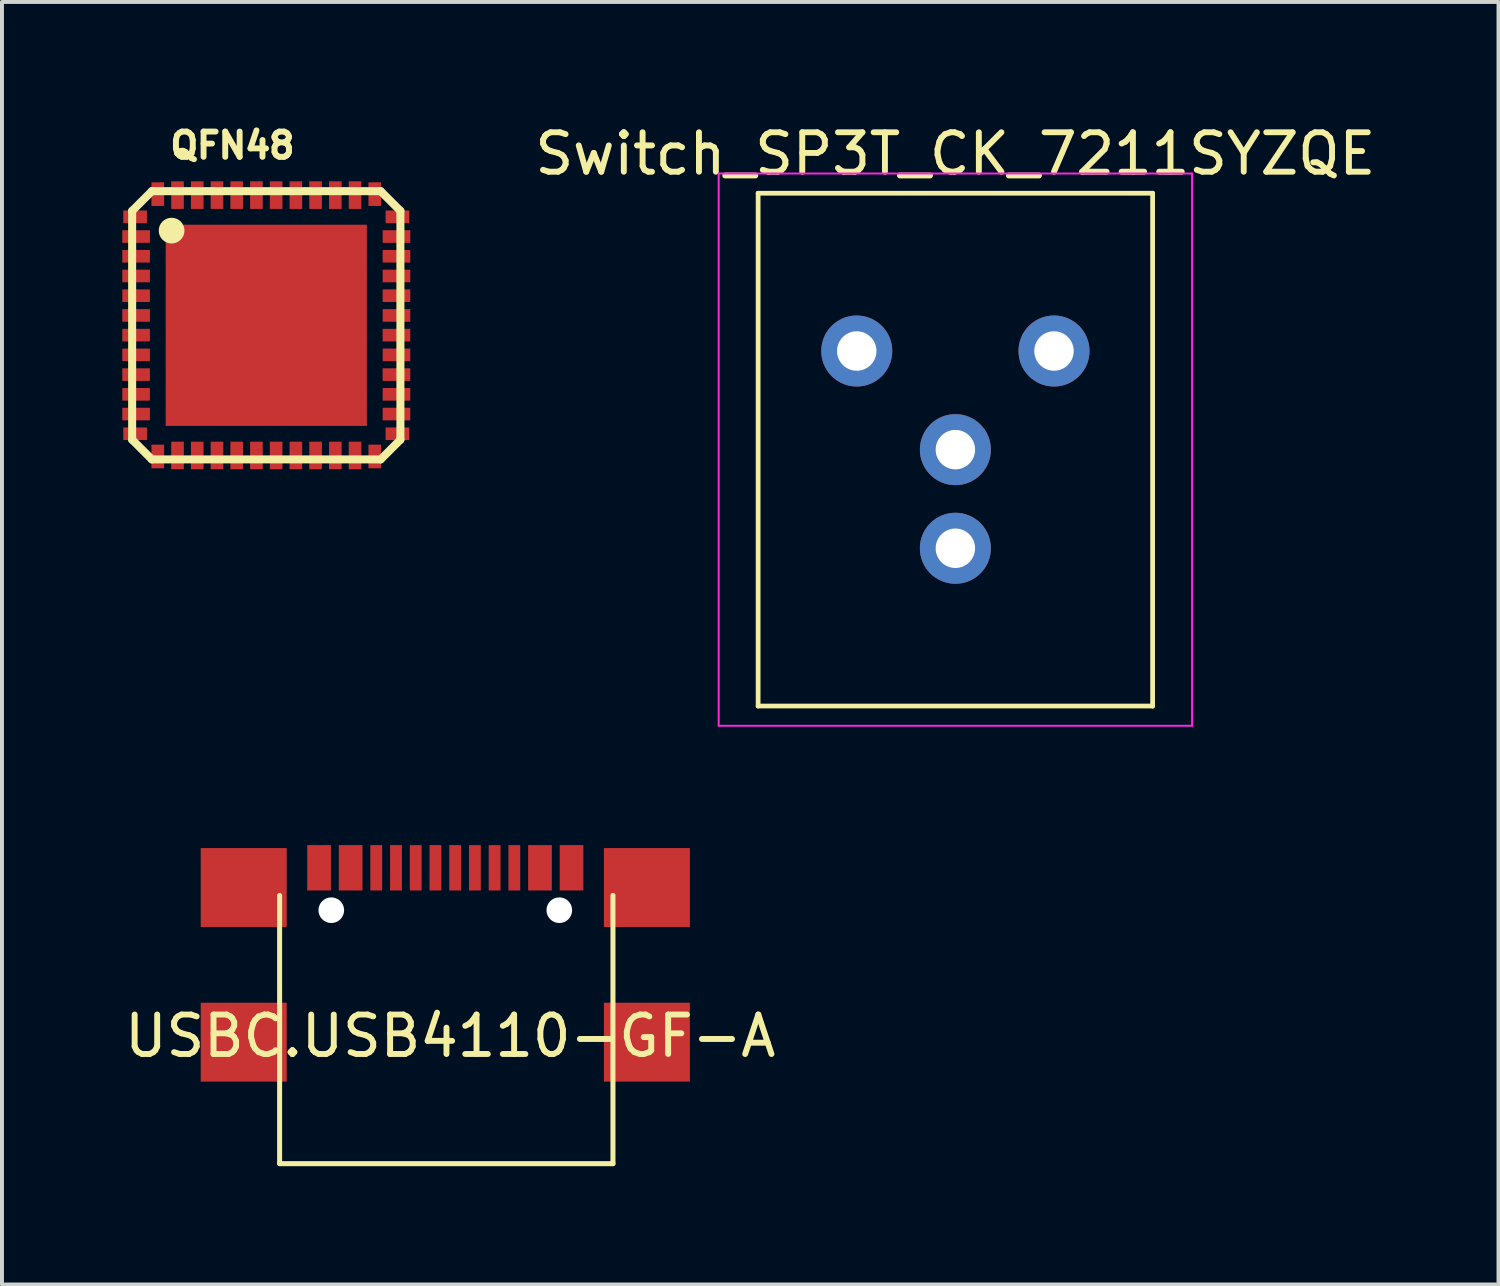
<source format=kicad_pcb>
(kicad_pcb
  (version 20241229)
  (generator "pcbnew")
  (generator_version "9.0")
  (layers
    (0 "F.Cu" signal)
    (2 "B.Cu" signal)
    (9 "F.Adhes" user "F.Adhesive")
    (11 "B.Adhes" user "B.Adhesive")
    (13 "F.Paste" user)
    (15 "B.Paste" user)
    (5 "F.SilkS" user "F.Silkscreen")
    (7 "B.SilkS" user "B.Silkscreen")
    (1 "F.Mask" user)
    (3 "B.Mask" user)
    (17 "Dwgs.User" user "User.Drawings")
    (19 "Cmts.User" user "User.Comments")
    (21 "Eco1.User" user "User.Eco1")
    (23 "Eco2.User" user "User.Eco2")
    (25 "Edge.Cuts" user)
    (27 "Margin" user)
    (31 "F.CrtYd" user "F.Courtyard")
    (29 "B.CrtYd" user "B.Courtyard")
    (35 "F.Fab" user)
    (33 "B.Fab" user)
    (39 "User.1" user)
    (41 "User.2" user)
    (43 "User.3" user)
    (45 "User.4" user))
  (footprint "Switch_SP3T_CK_7211SYZQE"
    (layer "F.Cu")
    (at 21.168 8.348)
    (property "Reference" "Switch_SP3T_CK_7211SYZQE" (at 0 -7.5 0) (layer "F.SilkS") (effects (font (size 1 1) (thickness 0.15))))
    (attr through_hole)
    (fp_line (start -5 -6.5) (end 5 -6.5) (stroke (width 0.12) (type solid)) (layer "F.SilkS"))
    (fp_line (start -5 6.5) (end -5 -6.5) (stroke (width 0.12) (type solid)) (layer "F.SilkS"))
    (fp_line (start 5 -6.5) (end 5 6.5) (stroke (width 0.12) (type solid)) (layer "F.SilkS"))
    (fp_line (start 5 6.5) (end -5 6.5) (stroke (width 0.12) (type solid)) (layer "F.SilkS"))
    (fp_line (start -6 -7) (end 6 -7) (stroke (width 0.05) (type solid)) (layer "F.CrtYd"))
    (fp_line (start -6 7) (end -6 -7) (stroke (width 0.05) (type solid)) (layer "F.CrtYd"))
    (fp_line (start 6 -7) (end 6 7) (stroke (width 0.05) (type solid)) (layer "F.CrtYd"))
    (fp_line (start 6 7) (end -6 7) (stroke (width 0.05) (type solid)) (layer "F.CrtYd"))
    (pad "1" thru_hole circle (at -2.5 -2.5) (size 1.8 1.8) (drill 1) (layers "*.Cu" "*.Mask"))
    (pad "2" thru_hole circle (at 0 0) (size 1.8 1.8) (drill 1) (layers "*.Cu" "*.Mask"))
    (pad "3" thru_hole circle (at 2.5 -2.5) (size 1.8 1.8) (drill 1) (layers "*.Cu" "*.Mask"))
    (pad "4" thru_hole circle (at 0 2.5) (size 1.8 1.8) (drill 1) (layers "*.Cu" "*.Mask")))
  (footprint "QFN48"
    (layer "F.Cu")
    (at 3.7 5.196)
    (property "Reference" "QFN48" (at -0.858 -4.559 0) (layer "F.SilkS") (effects (font (size 0.64 0.64) (thickness 0.15))))
    (attr smd)
    (fp_line (start -3.5 -2.25) (end -3.1 -2.25) (stroke (width 0.4) (type solid)) (layer "F.Mask"))
    (fp_line (start -3.5 -1.75) (end -3.1 -1.75) (stroke (width 0.4) (type solid)) (layer "F.Mask"))
    (fp_line (start -3.5 -1.25) (end -3.1 -1.25) (stroke (width 0.4) (type solid)) (layer "F.Mask"))
    (fp_line (start -3.5 -0.75) (end -3.1 -0.75) (stroke (width 0.4) (type solid)) (layer "F.Mask"))
    (fp_line (start -3.5 -0.25) (end -3.1 -0.25) (stroke (width 0.4) (type solid)) (layer "F.Mask"))
    (fp_line (start -3.5 0.25) (end -3.1 0.25) (stroke (width 0.4) (type solid)) (layer "F.Mask"))
    (fp_line (start -3.5 0.75) (end -3.1 0.75) (stroke (width 0.4) (type solid)) (layer "F.Mask"))
    (fp_line (start -3.5 1.25) (end -3.1 1.25) (stroke (width 0.4) (type solid)) (layer "F.Mask"))
    (fp_line (start -3.5 1.75) (end -3.1 1.75) (stroke (width 0.4) (type solid)) (layer "F.Mask"))
    (fp_line (start -3.5 2.25) (end -3.1 2.25) (stroke (width 0.4) (type solid)) (layer "F.Mask"))
    (fp_line (start -3.475 -2.75) (end -3.175 -2.75) (stroke (width 0.4) (type solid)) (layer "F.Mask"))
    (fp_line (start -3.475 2.75) (end -3.175 2.75) (stroke (width 0.4) (type solid)) (layer "F.Mask"))
    (fp_line (start -2.75 -3.475) (end -2.75 -3.175) (stroke (width 0.4) (type solid)) (layer "F.Mask"))
    (fp_line (start -2.75 3.475) (end -2.75 3.175) (stroke (width 0.4) (type solid)) (layer "F.Mask"))
    (fp_line (start -2.25 -3.5) (end -2.25 -3.1) (stroke (width 0.4) (type solid)) (layer "F.Mask"))
    (fp_line (start -2.25 3.5) (end -2.25 3.1) (stroke (width 0.4) (type solid)) (layer "F.Mask"))
    (fp_line (start -1.75 -3.5) (end -1.75 -3.1) (stroke (width 0.4) (type solid)) (layer "F.Mask"))
    (fp_line (start -1.75 3.5) (end -1.75 3.1) (stroke (width 0.4) (type solid)) (layer "F.Mask"))
    (fp_line (start -1.25 -3.5) (end -1.25 -3.1) (stroke (width 0.4) (type solid)) (layer "F.Mask"))
    (fp_line (start -1.25 3.5) (end -1.25 3.1) (stroke (width 0.4) (type solid)) (layer "F.Mask"))
    (fp_line (start -0.75 -3.5) (end -0.75 -3.1) (stroke (width 0.4) (type solid)) (layer "F.Mask"))
    (fp_line (start -0.75 3.5) (end -0.75 3.1) (stroke (width 0.4) (type solid)) (layer "F.Mask"))
    (fp_line (start -0.25 -3.5) (end -0.25 -3.1) (stroke (width 0.4) (type solid)) (layer "F.Mask"))
    (fp_line (start -0.25 3.5) (end -0.25 3.1) (stroke (width 0.4) (type solid)) (layer "F.Mask"))
    (fp_line (start 0.25 -3.5) (end 0.25 -3.1) (stroke (width 0.4) (type solid)) (layer "F.Mask"))
    (fp_line (start 0.25 3.5) (end 0.25 3.1) (stroke (width 0.4) (type solid)) (layer "F.Mask"))
    (fp_line (start 0.75 -3.5) (end 0.75 -3.1) (stroke (width 0.4) (type solid)) (layer "F.Mask"))
    (fp_line (start 0.75 3.5) (end 0.75 3.1) (stroke (width 0.4) (type solid)) (layer "F.Mask"))
    (fp_line (start 1.25 -3.5) (end 1.25 -3.1) (stroke (width 0.4) (type solid)) (layer "F.Mask"))
    (fp_line (start 1.25 3.5) (end 1.25 3.1) (stroke (width 0.4) (type solid)) (layer "F.Mask"))
    (fp_line (start 1.75 -3.5) (end 1.75 -3.1) (stroke (width 0.4) (type solid)) (layer "F.Mask"))
    (fp_line (start 1.75 3.5) (end 1.75 3.1) (stroke (width 0.4) (type solid)) (layer "F.Mask"))
    (fp_line (start 2.25 -3.5) (end 2.25 -3.1) (stroke (width 0.4) (type solid)) (layer "F.Mask"))
    (fp_line (start 2.25 3.5) (end 2.25 3.1) (stroke (width 0.4) (type solid)) (layer "F.Mask"))
    (fp_line (start 2.75 -3.475) (end 2.75 -3.175) (stroke (width 0.4) (type solid)) (layer "F.Mask"))
    (fp_line (start 2.75 3.475) (end 2.75 3.175) (stroke (width 0.4) (type solid)) (layer "F.Mask"))
    (fp_line (start 3.475 -2.75) (end 3.175 -2.75) (stroke (width 0.4) (type solid)) (layer "F.Mask"))
    (fp_line (start 3.475 2.75) (end 3.175 2.75) (stroke (width 0.4) (type solid)) (layer "F.Mask"))
    (fp_line (start 3.5 -2.25) (end 3.1 -2.25) (stroke (width 0.4) (type solid)) (layer "F.Mask"))
    (fp_line (start 3.5 -1.75) (end 3.1 -1.75) (stroke (width 0.4) (type solid)) (layer "F.Mask"))
    (fp_line (start 3.5 -1.25) (end 3.1 -1.25) (stroke (width 0.4) (type solid)) (layer "F.Mask"))
    (fp_line (start 3.5 -0.75) (end 3.1 -0.75) (stroke (width 0.4) (type solid)) (layer "F.Mask"))
    (fp_line (start 3.5 -0.25) (end 3.1 -0.25) (stroke (width 0.4) (type solid)) (layer "F.Mask"))
    (fp_line (start 3.5 0.25) (end 3.1 0.25) (stroke (width 0.4) (type solid)) (layer "F.Mask"))
    (fp_line (start 3.5 0.75) (end 3.1 0.75) (stroke (width 0.4) (type solid)) (layer "F.Mask"))
    (fp_line (start 3.5 1.25) (end 3.1 1.25) (stroke (width 0.4) (type solid)) (layer "F.Mask"))
    (fp_line (start 3.5 1.75) (end 3.1 1.75) (stroke (width 0.4) (type solid)) (layer "F.Mask"))
    (fp_line (start 3.5 2.25) (end 3.1 2.25) (stroke (width 0.4) (type solid)) (layer "F.Mask"))
    (fp_poly (pts (xy -2.6 -2.6) (xy 2.6 -2.6) (xy 2.6 2.6) (xy -2.6 2.6)) (stroke (width 0.01) (type solid)) (fill yes) (layer "F.Mask"))
    (fp_line (start -3.4 -2.9) (end -2.9 -3.4) (stroke (width 0.203) (type solid)) (layer "F.SilkS"))
    (fp_line (start -3.4 2.9) (end -3.4 -2.9) (stroke (width 0.203) (type solid)) (layer "F.SilkS"))
    (fp_line (start -2.9 -3.4) (end 2.9 -3.4) (stroke (width 0.203) (type solid)) (layer "F.SilkS"))
    (fp_line (start -2.9 3.4) (end -3.4 2.9) (stroke (width 0.203) (type solid)) (layer "F.SilkS"))
    (fp_line (start 2.9 -3.4) (end 3.4 -2.9) (stroke (width 0.203) (type solid)) (layer "F.SilkS"))
    (fp_line (start 2.9 3.4) (end -2.9 3.4) (stroke (width 0.203) (type solid)) (layer "F.SilkS"))
    (fp_line (start 3.4 -2.9) (end 3.4 2.9) (stroke (width 0.203) (type solid)) (layer "F.SilkS"))
    (fp_line (start 3.4 2.9) (end 2.9 3.4) (stroke (width 0.203) (type solid)) (layer "F.SilkS"))
    (fp_circle (center -2.4 -2.4) (end -2.074 -2.4) (stroke (width 0) (type solid)) (fill yes) (layer "F.SilkS"))
    (fp_line (start -3.5 -2.25) (end -3.1 -2.25) (stroke (width 0.3) (type solid)) (layer "F.Paste"))
    (fp_line (start -3.5 -1.75) (end -3.1 -1.75) (stroke (width 0.3) (type solid)) (layer "F.Paste"))
    (fp_line (start -3.5 -1.25) (end -3.1 -1.25) (stroke (width 0.3) (type solid)) (layer "F.Paste"))
    (fp_line (start -3.5 -0.75) (end -3.1 -0.75) (stroke (width 0.3) (type solid)) (layer "F.Paste"))
    (fp_line (start -3.5 -0.25) (end -3.1 -0.25) (stroke (width 0.3) (type solid)) (layer "F.Paste"))
    (fp_line (start -3.5 0.25) (end -3.1 0.25) (stroke (width 0.3) (type solid)) (layer "F.Paste"))
    (fp_line (start -3.5 0.75) (end -3.1 0.75) (stroke (width 0.3) (type solid)) (layer "F.Paste"))
    (fp_line (start -3.5 1.25) (end -3.1 1.25) (stroke (width 0.3) (type solid)) (layer "F.Paste"))
    (fp_line (start -3.5 1.75) (end -3.1 1.75) (stroke (width 0.3) (type solid)) (layer "F.Paste"))
    (fp_line (start -3.5 2.25) (end -3.1 2.25) (stroke (width 0.3) (type solid)) (layer "F.Paste"))
    (fp_line (start -3.475 -2.75) (end -3.175 -2.75) (stroke (width 0.3) (type solid)) (layer "F.Paste"))
    (fp_line (start -3.475 2.75) (end -3.175 2.75) (stroke (width 0.3) (type solid)) (layer "F.Paste"))
    (fp_line (start -2.75 -3.475) (end -2.75 -3.175) (stroke (width 0.3) (type solid)) (layer "F.Paste"))
    (fp_line (start -2.75 3.475) (end -2.75 3.175) (stroke (width 0.3) (type solid)) (layer "F.Paste"))
    (fp_line (start -2.25 -3.5) (end -2.25 -3.1) (stroke (width 0.3) (type solid)) (layer "F.Paste"))
    (fp_line (start -2.25 3.5) (end -2.25 3.1) (stroke (width 0.3) (type solid)) (layer "F.Paste"))
    (fp_line (start -1.75 -3.5) (end -1.75 -3.1) (stroke (width 0.3) (type solid)) (layer "F.Paste"))
    (fp_line (start -1.75 3.5) (end -1.75 3.1) (stroke (width 0.3) (type solid)) (layer "F.Paste"))
    (fp_line (start -1.25 -3.5) (end -1.25 -3.1) (stroke (width 0.3) (type solid)) (layer "F.Paste"))
    (fp_line (start -1.25 3.5) (end -1.25 3.1) (stroke (width 0.3) (type solid)) (layer "F.Paste"))
    (fp_line (start -0.75 -3.5) (end -0.75 -3.1) (stroke (width 0.3) (type solid)) (layer "F.Paste"))
    (fp_line (start -0.75 3.5) (end -0.75 3.1) (stroke (width 0.3) (type solid)) (layer "F.Paste"))
    (fp_line (start -0.25 -3.5) (end -0.25 -3.1) (stroke (width 0.3) (type solid)) (layer "F.Paste"))
    (fp_line (start -0.25 3.5) (end -0.25 3.1) (stroke (width 0.3) (type solid)) (layer "F.Paste"))
    (fp_line (start 0.25 -3.5) (end 0.25 -3.1) (stroke (width 0.3) (type solid)) (layer "F.Paste"))
    (fp_line (start 0.25 3.5) (end 0.25 3.1) (stroke (width 0.3) (type solid)) (layer "F.Paste"))
    (fp_line (start 0.75 -3.5) (end 0.75 -3.1) (stroke (width 0.3) (type solid)) (layer "F.Paste"))
    (fp_line (start 0.75 3.5) (end 0.75 3.1) (stroke (width 0.3) (type solid)) (layer "F.Paste"))
    (fp_line (start 1.25 -3.5) (end 1.25 -3.1) (stroke (width 0.3) (type solid)) (layer "F.Paste"))
    (fp_line (start 1.25 3.5) (end 1.25 3.1) (stroke (width 0.3) (type solid)) (layer "F.Paste"))
    (fp_line (start 1.75 -3.5) (end 1.75 -3.1) (stroke (width 0.3) (type solid)) (layer "F.Paste"))
    (fp_line (start 1.75 3.5) (end 1.75 3.1) (stroke (width 0.3) (type solid)) (layer "F.Paste"))
    (fp_line (start 2.25 -3.5) (end 2.25 -3.1) (stroke (width 0.3) (type solid)) (layer "F.Paste"))
    (fp_line (start 2.25 3.5) (end 2.25 3.1) (stroke (width 0.3) (type solid)) (layer "F.Paste"))
    (fp_line (start 2.75 -3.475) (end 2.75 -3.175) (stroke (width 0.3) (type solid)) (layer "F.Paste"))
    (fp_line (start 2.75 3.475) (end 2.75 3.175) (stroke (width 0.3) (type solid)) (layer "F.Paste"))
    (fp_line (start 3.475 -2.75) (end 3.175 -2.75) (stroke (width 0.3) (type solid)) (layer "F.Paste"))
    (fp_line (start 3.475 2.75) (end 3.175 2.75) (stroke (width 0.3) (type solid)) (layer "F.Paste"))
    (fp_line (start 3.5 -2.25) (end 3.1 -2.25) (stroke (width 0.3) (type solid)) (layer "F.Paste"))
    (fp_line (start 3.5 -1.75) (end 3.1 -1.75) (stroke (width 0.3) (type solid)) (layer "F.Paste"))
    (fp_line (start 3.5 -1.25) (end 3.1 -1.25) (stroke (width 0.3) (type solid)) (layer "F.Paste"))
    (fp_line (start 3.5 -0.75) (end 3.1 -0.75) (stroke (width 0.3) (type solid)) (layer "F.Paste"))
    (fp_line (start 3.5 -0.25) (end 3.1 -0.25) (stroke (width 0.3) (type solid)) (layer "F.Paste"))
    (fp_line (start 3.5 0.25) (end 3.1 0.25) (stroke (width 0.3) (type solid)) (layer "F.Paste"))
    (fp_line (start 3.5 0.75) (end 3.1 0.75) (stroke (width 0.3) (type solid)) (layer "F.Paste"))
    (fp_line (start 3.5 1.25) (end 3.1 1.25) (stroke (width 0.3) (type solid)) (layer "F.Paste"))
    (fp_line (start 3.5 1.75) (end 3.1 1.75) (stroke (width 0.3) (type solid)) (layer "F.Paste"))
    (fp_line (start 3.5 2.25) (end 3.1 2.25) (stroke (width 0.3) (type solid)) (layer "F.Paste"))
    (fp_poly (pts (xy -2.5 -2.5) (xy 2.5 -2.5) (xy 2.5 2.5) (xy -2.5 2.5)) (stroke (width 0.01) (type solid)) (fill yes) (layer "F.Paste"))
    (pad "1" smd rect (at -3.325 -2.75) (size 0.6 0.32) (layers "F.Cu"))
    (pad "2" smd rect (at -3.3 -2.25) (size 0.7 0.32) (layers "F.Cu"))
    (pad "3" smd rect (at -3.3 -1.75) (size 0.7 0.32) (layers "F.Cu"))
    (pad "4" smd rect (at -3.3 -1.25) (size 0.7 0.32) (layers "F.Cu"))
    (pad "5" smd rect (at -3.3 -0.75) (size 0.7 0.32) (layers "F.Cu"))
    (pad "6" smd rect (at -3.3 -0.25) (size 0.7 0.32) (layers "F.Cu"))
    (pad "7" smd rect (at -3.3 0.25) (size 0.7 0.32) (layers "F.Cu"))
    (pad "8" smd rect (at -3.3 0.75) (size 0.7 0.32) (layers "F.Cu"))
    (pad "9" smd rect (at -3.3 1.25) (size 0.7 0.32) (layers "F.Cu"))
    (pad "10" smd rect (at -3.3 1.75) (size 0.7 0.32) (layers "F.Cu"))
    (pad "11" smd rect (at -3.3 2.25) (size 0.7 0.32) (layers "F.Cu"))
    (pad "12" smd rect (at -3.325 2.75) (size 0.6 0.32) (layers "F.Cu"))
    (pad "13" smd rect (at -2.75 3.325) (size 0.32 0.6) (layers "F.Cu"))
    (pad "14" smd rect (at -2.25 3.3) (size 0.32 0.7) (layers "F.Cu"))
    (pad "15" smd rect (at -1.75 3.3) (size 0.32 0.7) (layers "F.Cu"))
    (pad "16" smd rect (at -1.25 3.3) (size 0.32 0.7) (layers "F.Cu"))
    (pad "17" smd rect (at -0.75 3.3) (size 0.32 0.7) (layers "F.Cu"))
    (pad "18" smd rect (at -0.25 3.3) (size 0.32 0.7) (layers "F.Cu"))
    (pad "19" smd rect (at 0.25 3.3) (size 0.32 0.7) (layers "F.Cu"))
    (pad "20" smd rect (at 0.75 3.3) (size 0.32 0.7) (layers "F.Cu"))
    (pad "21" smd rect (at 1.25 3.3) (size 0.32 0.7) (layers "F.Cu"))
    (pad "22" smd rect (at 1.75 3.3) (size 0.32 0.7) (layers "F.Cu"))
    (pad "23" smd rect (at 2.25 3.3) (size 0.32 0.7) (layers "F.Cu"))
    (pad "24" smd rect (at 2.75 3.325) (size 0.32 0.6) (layers "F.Cu"))
    (pad "25" smd rect (at 3.325 2.75) (size 0.6 0.32) (layers "F.Cu"))
    (pad "26" smd rect (at 3.3 2.25) (size 0.7 0.32) (layers "F.Cu"))
    (pad "27" smd rect (at 3.3 1.75) (size 0.7 0.32) (layers "F.Cu"))
    (pad "28" smd rect (at 3.3 1.25) (size 0.7 0.32) (layers "F.Cu"))
    (pad "29" smd rect (at 3.3 0.75) (size 0.7 0.32) (layers "F.Cu"))
    (pad "30" smd rect (at 3.3 0.25) (size 0.7 0.32) (layers "F.Cu"))
    (pad "31" smd rect (at 3.3 -0.25) (size 0.7 0.32) (layers "F.Cu"))
    (pad "32" smd rect (at 3.3 -0.75) (size 0.7 0.32) (layers "F.Cu"))
    (pad "33" smd rect (at 3.3 -1.25) (size 0.7 0.32) (layers "F.Cu"))
    (pad "34" smd rect (at 3.3 -1.75) (size 0.7 0.32) (layers "F.Cu"))
    (pad "35" smd rect (at 3.3 -2.25) (size 0.7 0.32) (layers "F.Cu"))
    (pad "36" smd rect (at 3.325 -2.75) (size 0.6 0.32) (layers "F.Cu"))
    (pad "37" smd rect (at 2.75 -3.325) (size 0.32 0.6) (layers "F.Cu"))
    (pad "38" smd rect (at 2.25 -3.3) (size 0.32 0.7) (layers "F.Cu"))
    (pad "39" smd rect (at 1.75 -3.3) (size 0.32 0.7) (layers "F.Cu"))
    (pad "40" smd rect (at 1.25 -3.3) (size 0.32 0.7) (layers "F.Cu"))
    (pad "41" smd rect (at 0.75 -3.3) (size 0.32 0.7) (layers "F.Cu"))
    (pad "42" smd rect (at 0.25 -3.3) (size 0.32 0.7) (layers "F.Cu"))
    (pad "43" smd rect (at -0.25 -3.3) (size 0.32 0.7) (layers "F.Cu"))
    (pad "44" smd rect (at -0.75 -3.3) (size 0.32 0.7) (layers "F.Cu"))
    (pad "45" smd rect (at -1.25 -3.3) (size 0.32 0.7) (layers "F.Cu"))
    (pad "46" smd rect (at -1.75 -3.3) (size 0.32 0.7) (layers "F.Cu"))
    (pad "47" smd rect (at -2.25 -3.3) (size 0.32 0.7) (layers "F.Cu"))
    (pad "48" smd rect (at -2.75 -3.325) (size 0.32 0.6) (layers "F.Cu"))
    (pad "EXP" smd rect (at 0 0) (size 5.1 5.1) (layers "F.Cu")))
  (footprint "USBC.USB4110-GF-A"
    (layer "F.Cu")
    (at 8.238 18.948)
    (property "Reference" "USBC.USB4110-GF-A" (at 0.125 4.265 0) (layer "F.SilkS") (effects (font (size 1 1) (thickness 0.15))))
    (attr smd)
    (fp_line (start -4.2 7.5) (end -4.2 0.7) (stroke (width 0.127) (type solid)) (layer "F.SilkS"))
    (fp_line (start 4.25 0.7) (end 4.25 7.5) (stroke (width 0.127) (type solid)) (layer "F.SilkS"))
    (fp_line (start 4.25 7.5) (end -4.2 7.5) (stroke (width 0.127) (type solid)) (layer "F.SilkS"))
    (pad "" np_thru_hole circle (at -2.89 1.075) (size 0.65 0.65) (drill 0.65) (layers "*.Cu" "*.Mask"))
    (pad "" np_thru_hole circle (at 2.89 1.075) (size 0.65 0.65) (drill 0.65) (layers "*.Cu" "*.Mask"))
    (pad "A1/B12" smd rect (at -3.2 0) (size 0.6 1.15) (layers "F.Cu" "F.Mask" "F.Paste"))
    (pad "A4/B9" smd rect (at -2.4 0) (size 0.6 1.15) (layers "F.Cu" "F.Mask" "F.Paste"))
    (pad "A5" smd rect (at -1.25 0) (size 0.3 1.15) (layers "F.Cu" "F.Mask" "F.Paste"))
    (pad "A6" smd rect (at -0.25 0) (size 0.3 1.15) (layers "F.Cu" "F.Mask" "F.Paste"))
    (pad "A7" smd rect (at 0.25 0) (size 0.3 1.15) (layers "F.Cu" "F.Mask" "F.Paste"))
    (pad "A8" smd rect (at 1.25 0) (size 0.3 1.15) (layers "F.Cu" "F.Mask" "F.Paste"))
    (pad "B1/A12" smd rect (at 3.2 0) (size 0.6 1.15) (layers "F.Cu" "F.Mask" "F.Paste"))
    (pad "B4/A9" smd rect (at 2.4 0) (size 0.6 1.15) (layers "F.Cu" "F.Mask" "F.Paste"))
    (pad "B5" smd rect (at 1.75 0) (size 0.3 1.15) (layers "F.Cu" "F.Mask" "F.Paste"))
    (pad "B6" smd rect (at 0.75 0) (size 0.3 1.15) (layers "F.Cu" "F.Mask" "F.Paste"))
    (pad "B7" smd rect (at -0.75 0) (size 0.3 1.15) (layers "F.Cu" "F.Mask" "F.Paste"))
    (pad "B8" smd rect (at -1.75 0) (size 0.3 1.15) (layers "F.Cu" "F.Mask" "F.Paste"))
    (pad "P$1" smd rect (at -5.11 0.5) (size 2.18 2) (layers "F.Cu" "F.Mask" "F.Paste"))
    (pad "P$2" smd rect (at 5.11 0.5) (size 2.18 2) (layers "F.Cu" "F.Mask" "F.Paste"))
    (pad "P$3" smd rect (at -5.11 4.42) (size 2.18 2) (layers "F.Cu" "F.Mask" "F.Paste"))
    (pad "P$4" smd rect (at 5.11 4.42) (size 2.18 2) (layers "F.Cu" "F.Mask" "F.Paste")))
  (gr_rect
    (start -3 -3)
    (end 34.936 29.512)
    (stroke (width 0.1) (type default))
    (fill no)
    (layer "Edge.Cuts")))
</source>
